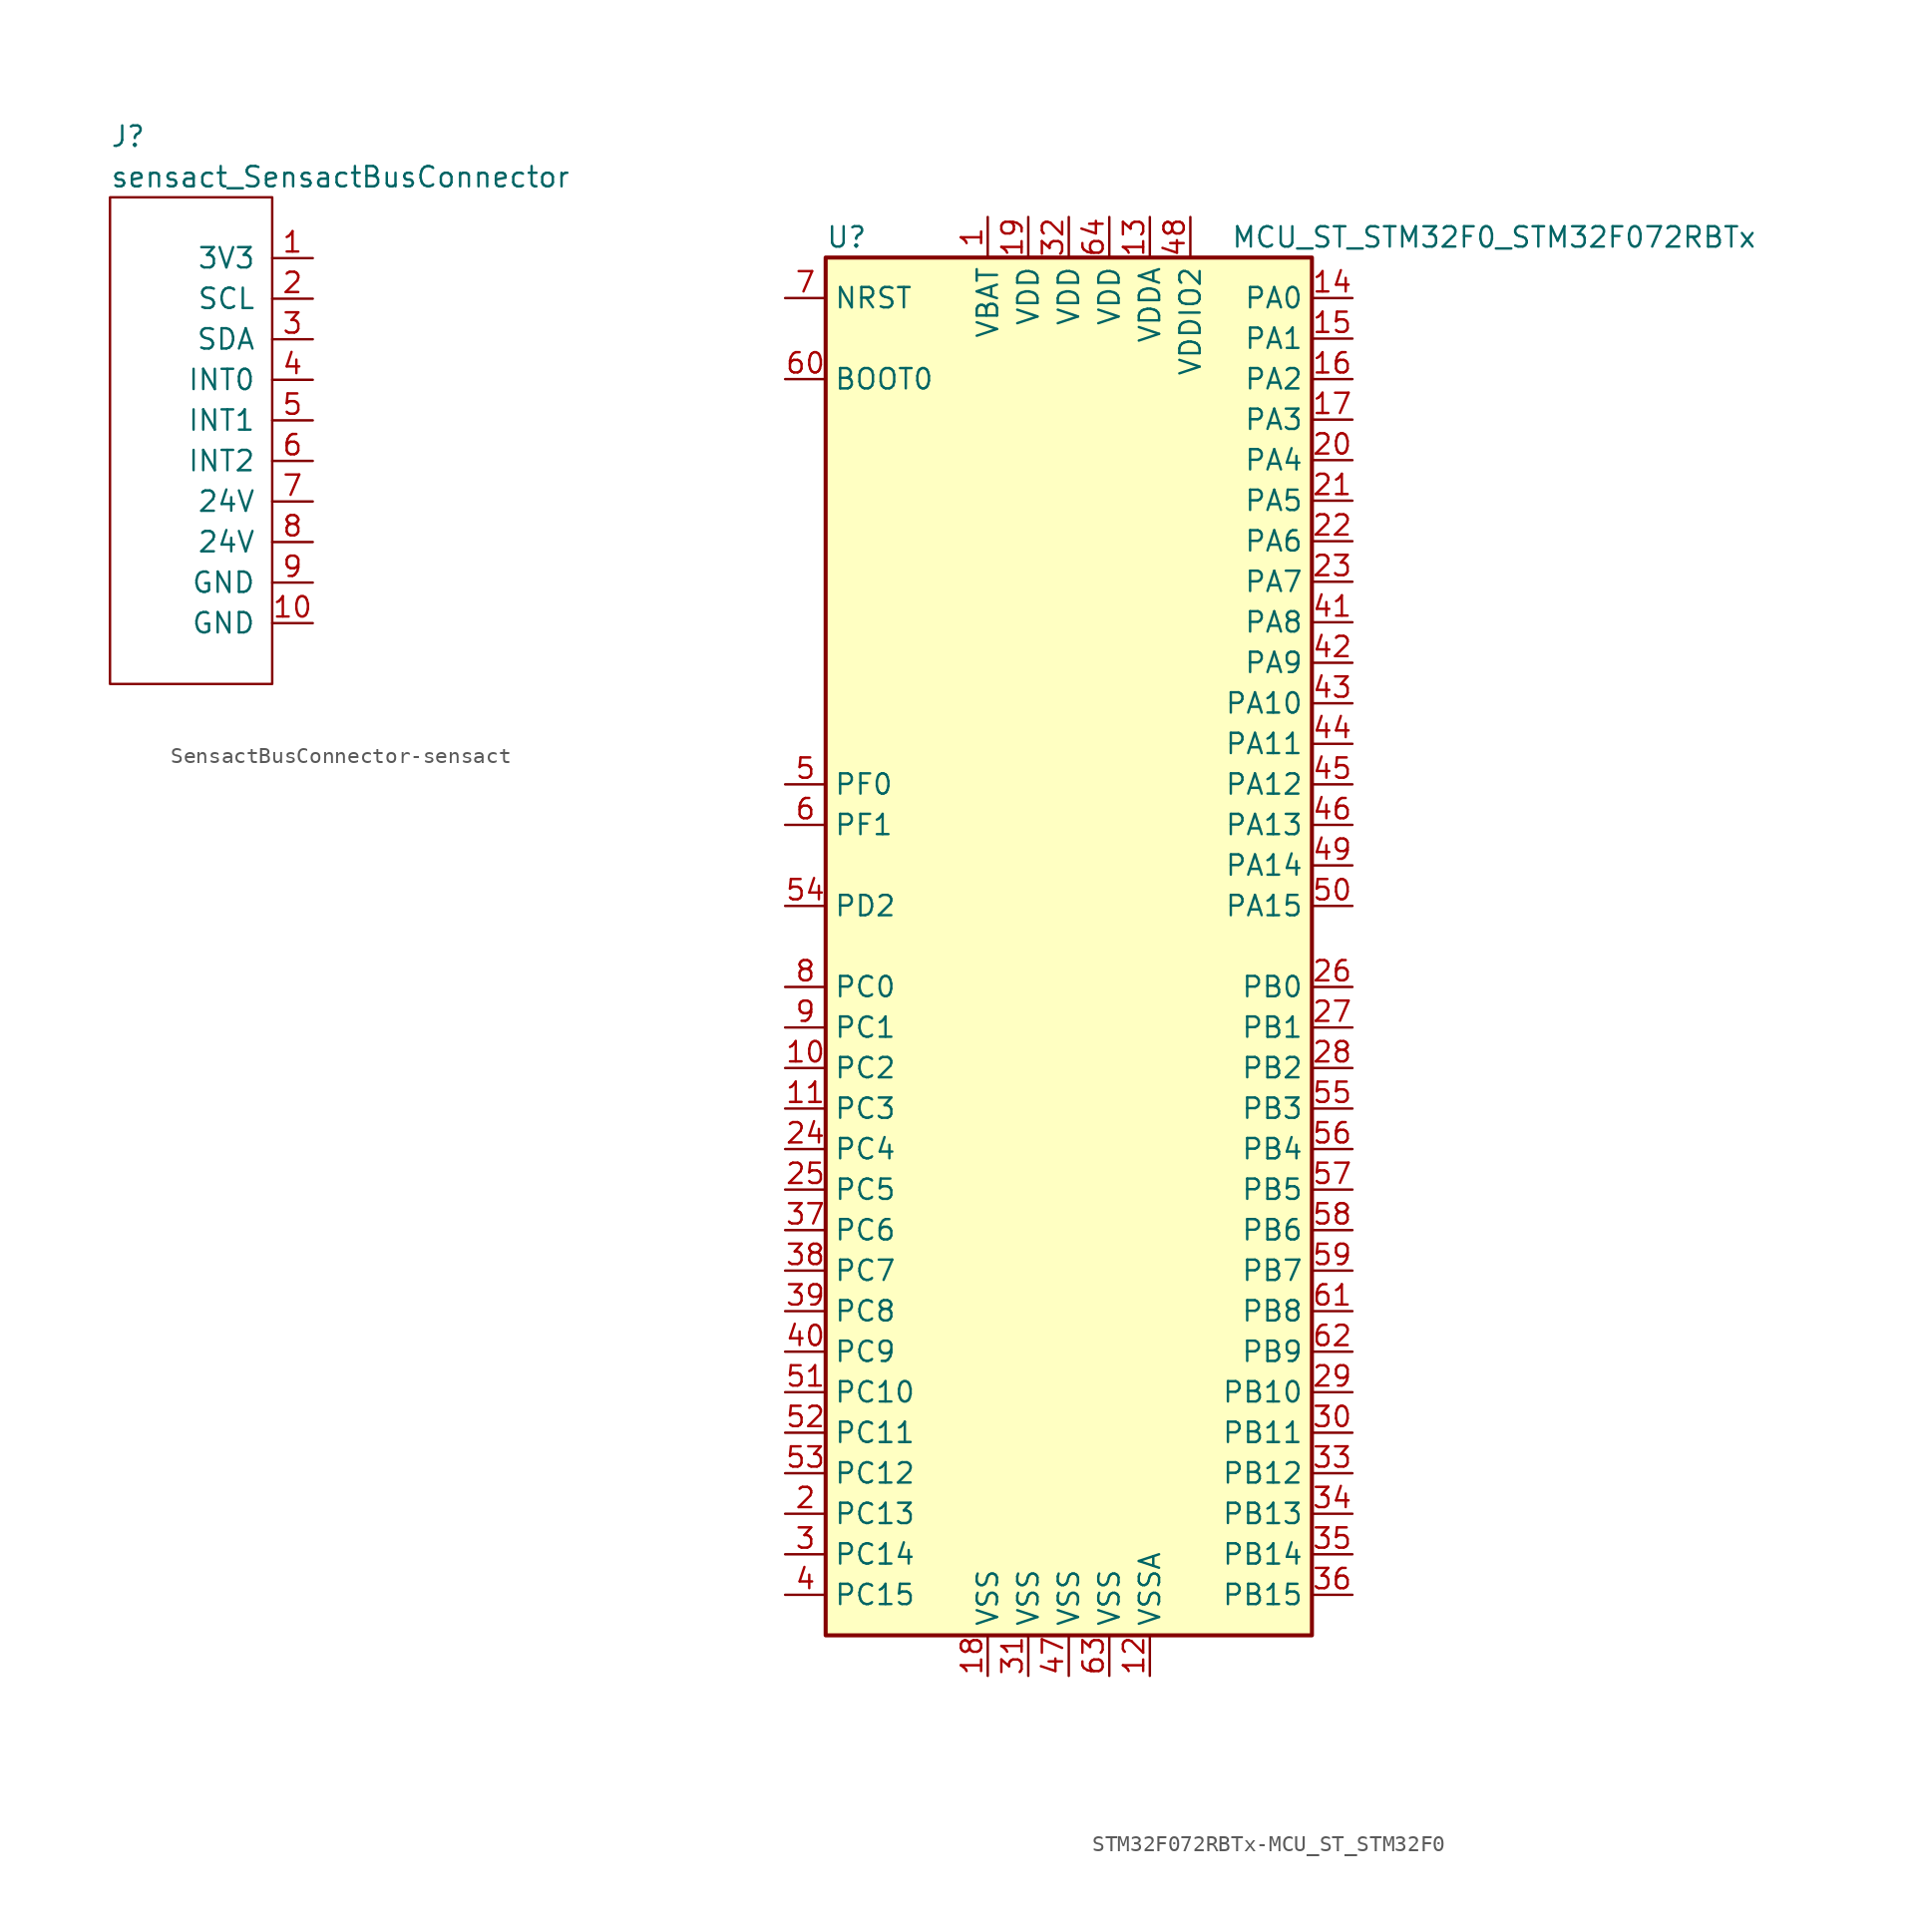
<source format=kicad_sym>
(kicad_symbol_lib
  (version 20231120)
  (generator "kicad_symbol_editor")
  (generator_version "8.0")
  (symbol "SensactBusConnector-sensact"
    (pin_names
      (offset 1.016))
    (property "Reference" "J"
      (at -5.08 19.05 0)
      (effects (font (size 1.27 1.27)) (justify left)))
    (property "Value" "sensact_SensactBusConnector"
      (at -5.08 16.51 0)
      (effects (font (size 1.27 1.27)) (justify left)))
    (symbol "SensactBusConnector-sensact_0_1"
      (rectangle (start -5.08 15.24) (end 5.08 -15.24) (stroke (width 0) (type solid)) (fill (type none))))
    (symbol "SensactBusConnector-sensact_1_1"
      (pin power_in line (at 7.62 11.43 180) (length 2.54) (name "3V3" (effects (font (size 1.27 1.27)))) (number "1" (effects (font (size 1.27 1.27)))))
      (pin power_in line (at 7.62 -11.43 180) (length 2.54) (name "GND" (effects (font (size 1.27 1.27)))) (number "10" (effects (font (size 1.27 1.27)))))
      (pin output line (at 7.62 8.89 180) (length 2.54) (name "SCL" (effects (font (size 1.27 1.27)))) (number "2" (effects (font (size 1.27 1.27)))))
      (pin bidirectional line (at 7.62 6.35 180) (length 2.54) (name "SDA" (effects (font (size 1.27 1.27)))) (number "3" (effects (font (size 1.27 1.27)))))
      (pin bidirectional line (at 7.62 3.81 180) (length 2.54) (name "INT0" (effects (font (size 1.27 1.27)))) (number "4" (effects (font (size 1.27 1.27)))))
      (pin bidirectional line (at 7.62 1.27 180) (length 2.54) (name "INT1" (effects (font (size 1.27 1.27)))) (number "5" (effects (font (size 1.27 1.27)))))
      (pin bidirectional line (at 7.62 -1.27 180) (length 2.54) (name "INT2" (effects (font (size 1.27 1.27)))) (number "6" (effects (font (size 1.27 1.27)))))
      (pin power_in line (at 7.62 -3.81 180) (length 2.54) (name "24V" (effects (font (size 1.27 1.27)))) (number "7" (effects (font (size 1.27 1.27)))))
      (pin power_in line (at 7.62 -6.35 180) (length 2.54) (name "24V" (effects (font (size 1.27 1.27)))) (number "8" (effects (font (size 1.27 1.27)))))
      (pin power_in line (at 7.62 -8.89 180) (length 2.54) (name "GND" (effects (font (size 1.27 1.27)))) (number "9" (effects (font (size 1.27 1.27)))))))
  (symbol "STM32F072RBTx-MCU_ST_STM32F0"
    (property "Reference" "U"
      (at -15.24 44.45 0)
      (effects (font (size 1.27 1.27)) (justify left)))
    (property "Value" "MCU_ST_STM32F0_STM32F072RBTx"
      (at 10.16 44.45 0)
      (effects (font (size 1.27 1.27)) (justify left)))
    (symbol "STM32F072RBTx-MCU_ST_STM32F0_0_1"
      (rectangle (start -15.24 -43.18) (end 15.24 43.18) (stroke (width 0.254) (type solid)) (fill (type background))))
    (symbol "STM32F072RBTx-MCU_ST_STM32F0_1_1"
      (pin power_in line (at -5.08 45.72 270) (length 2.54) (name "VBAT" (effects (font (size 1.27 1.27)))) (number "1" (effects (font (size 1.27 1.27)))))
      (pin bidirectional line (at -17.78 -7.62 0) (length 2.54) (name "PC2" (effects (font (size 1.27 1.27)))) (number "10" (effects (font (size 1.27 1.27)))))
      (pin bidirectional line (at -17.78 -10.16 0) (length 2.54) (name "PC3" (effects (font (size 1.27 1.27)))) (number "11" (effects (font (size 1.27 1.27)))))
      (pin power_in line (at 5.08 -45.72 90) (length 2.54) (name "VSSA" (effects (font (size 1.27 1.27)))) (number "12" (effects (font (size 1.27 1.27)))))
      (pin power_in line (at 5.08 45.72 270) (length 2.54) (name "VDDA" (effects (font (size 1.27 1.27)))) (number "13" (effects (font (size 1.27 1.27)))))
      (pin bidirectional line (at 17.78 40.64 180) (length 2.54) (name "PA0" (effects (font (size 1.27 1.27)))) (number "14" (effects (font (size 1.27 1.27)))))
      (pin bidirectional line (at 17.78 38.1 180) (length 2.54) (name "PA1" (effects (font (size 1.27 1.27)))) (number "15" (effects (font (size 1.27 1.27)))))
      (pin bidirectional line (at 17.78 35.56 180) (length 2.54) (name "PA2" (effects (font (size 1.27 1.27)))) (number "16" (effects (font (size 1.27 1.27)))))
      (pin bidirectional line (at 17.78 33.02 180) (length 2.54) (name "PA3" (effects (font (size 1.27 1.27)))) (number "17" (effects (font (size 1.27 1.27)))))
      (pin power_in line (at -5.08 -45.72 90) (length 2.54) (name "VSS" (effects (font (size 1.27 1.27)))) (number "18" (effects (font (size 1.27 1.27)))))
      (pin power_in line (at -2.54 45.72 270) (length 2.54) (name "VDD" (effects (font (size 1.27 1.27)))) (number "19" (effects (font (size 1.27 1.27)))))
      (pin bidirectional line (at -17.78 -35.56 0) (length 2.54) (name "PC13" (effects (font (size 1.27 1.27)))) (number "2" (effects (font (size 1.27 1.27)))))
      (pin bidirectional line (at 17.78 30.48 180) (length 2.54) (name "PA4" (effects (font (size 1.27 1.27)))) (number "20" (effects (font (size 1.27 1.27)))))
      (pin bidirectional line (at 17.78 27.94 180) (length 2.54) (name "PA5" (effects (font (size 1.27 1.27)))) (number "21" (effects (font (size 1.27 1.27)))))
      (pin bidirectional line (at 17.78 25.4 180) (length 2.54) (name "PA6" (effects (font (size 1.27 1.27)))) (number "22" (effects (font (size 1.27 1.27)))))
      (pin bidirectional line (at 17.78 22.86 180) (length 2.54) (name "PA7" (effects (font (size 1.27 1.27)))) (number "23" (effects (font (size 1.27 1.27)))))
      (pin bidirectional line (at -17.78 -12.7 0) (length 2.54) (name "PC4" (effects (font (size 1.27 1.27)))) (number "24" (effects (font (size 1.27 1.27)))))
      (pin bidirectional line (at -17.78 -15.24 0) (length 2.54) (name "PC5" (effects (font (size 1.27 1.27)))) (number "25" (effects (font (size 1.27 1.27)))))
      (pin bidirectional line (at 17.78 -2.54 180) (length 2.54) (name "PB0" (effects (font (size 1.27 1.27)))) (number "26" (effects (font (size 1.27 1.27)))))
      (pin bidirectional line (at 17.78 -5.08 180) (length 2.54) (name "PB1" (effects (font (size 1.27 1.27)))) (number "27" (effects (font (size 1.27 1.27)))))
      (pin bidirectional line (at 17.78 -7.62 180) (length 2.54) (name "PB2" (effects (font (size 1.27 1.27)))) (number "28" (effects (font (size 1.27 1.27)))))
      (pin bidirectional line (at 17.78 -27.94 180) (length 2.54) (name "PB10" (effects (font (size 1.27 1.27)))) (number "29" (effects (font (size 1.27 1.27)))))
      (pin bidirectional line (at -17.78 -38.1 0) (length 2.54) (name "PC14" (effects (font (size 1.27 1.27)))) (number "3" (effects (font (size 1.27 1.27)))))
      (pin bidirectional line (at 17.78 -30.48 180) (length 2.54) (name "PB11" (effects (font (size 1.27 1.27)))) (number "30" (effects (font (size 1.27 1.27)))))
      (pin power_in line (at -2.54 -45.72 90) (length 2.54) (name "VSS" (effects (font (size 1.27 1.27)))) (number "31" (effects (font (size 1.27 1.27)))))
      (pin power_in line (at 0 45.72 270) (length 2.54) (name "VDD" (effects (font (size 1.27 1.27)))) (number "32" (effects (font (size 1.27 1.27)))))
      (pin bidirectional line (at 17.78 -33.02 180) (length 2.54) (name "PB12" (effects (font (size 1.27 1.27)))) (number "33" (effects (font (size 1.27 1.27)))))
      (pin bidirectional line (at 17.78 -35.56 180) (length 2.54) (name "PB13" (effects (font (size 1.27 1.27)))) (number "34" (effects (font (size 1.27 1.27)))))
      (pin bidirectional line (at 17.78 -38.1 180) (length 2.54) (name "PB14" (effects (font (size 1.27 1.27)))) (number "35" (effects (font (size 1.27 1.27)))))
      (pin bidirectional line (at 17.78 -40.64 180) (length 2.54) (name "PB15" (effects (font (size 1.27 1.27)))) (number "36" (effects (font (size 1.27 1.27)))))
      (pin bidirectional line (at -17.78 -17.78 0) (length 2.54) (name "PC6" (effects (font (size 1.27 1.27)))) (number "37" (effects (font (size 1.27 1.27)))))
      (pin bidirectional line (at -17.78 -20.32 0) (length 2.54) (name "PC7" (effects (font (size 1.27 1.27)))) (number "38" (effects (font (size 1.27 1.27)))))
      (pin bidirectional line (at -17.78 -22.86 0) (length 2.54) (name "PC8" (effects (font (size 1.27 1.27)))) (number "39" (effects (font (size 1.27 1.27)))))
      (pin bidirectional line (at -17.78 -40.64 0) (length 2.54) (name "PC15" (effects (font (size 1.27 1.27)))) (number "4" (effects (font (size 1.27 1.27)))))
      (pin bidirectional line (at -17.78 -25.4 0) (length 2.54) (name "PC9" (effects (font (size 1.27 1.27)))) (number "40" (effects (font (size 1.27 1.27)))))
      (pin bidirectional line (at 17.78 20.32 180) (length 2.54) (name "PA8" (effects (font (size 1.27 1.27)))) (number "41" (effects (font (size 1.27 1.27)))))
      (pin bidirectional line (at 17.78 17.78 180) (length 2.54) (name "PA9" (effects (font (size 1.27 1.27)))) (number "42" (effects (font (size 1.27 1.27)))))
      (pin bidirectional line (at 17.78 15.24 180) (length 2.54) (name "PA10" (effects (font (size 1.27 1.27)))) (number "43" (effects (font (size 1.27 1.27)))))
      (pin bidirectional line (at 17.78 12.7 180) (length 2.54) (name "PA11" (effects (font (size 1.27 1.27)))) (number "44" (effects (font (size 1.27 1.27)))))
      (pin bidirectional line (at 17.78 10.16 180) (length 2.54) (name "PA12" (effects (font (size 1.27 1.27)))) (number "45" (effects (font (size 1.27 1.27)))))
      (pin bidirectional line (at 17.78 7.62 180) (length 2.54) (name "PA13" (effects (font (size 1.27 1.27)))) (number "46" (effects (font (size 1.27 1.27)))))
      (pin power_in line (at 0 -45.72 90) (length 2.54) (name "VSS" (effects (font (size 1.27 1.27)))) (number "47" (effects (font (size 1.27 1.27)))))
      (pin power_in line (at 7.62 45.72 270) (length 2.54) (name "VDDIO2" (effects (font (size 1.27 1.27)))) (number "48" (effects (font (size 1.27 1.27)))))
      (pin bidirectional line (at 17.78 5.08 180) (length 2.54) (name "PA14" (effects (font (size 1.27 1.27)))) (number "49" (effects (font (size 1.27 1.27)))))
      (pin input line (at -17.78 10.16 0) (length 2.54) (name "PF0" (effects (font (size 1.27 1.27)))) (number "5" (effects (font (size 1.27 1.27)))))
      (pin bidirectional line (at 17.78 2.54 180) (length 2.54) (name "PA15" (effects (font (size 1.27 1.27)))) (number "50" (effects (font (size 1.27 1.27)))))
      (pin bidirectional line (at -17.78 -27.94 0) (length 2.54) (name "PC10" (effects (font (size 1.27 1.27)))) (number "51" (effects (font (size 1.27 1.27)))))
      (pin bidirectional line (at -17.78 -30.48 0) (length 2.54) (name "PC11" (effects (font (size 1.27 1.27)))) (number "52" (effects (font (size 1.27 1.27)))))
      (pin bidirectional line (at -17.78 -33.02 0) (length 2.54) (name "PC12" (effects (font (size 1.27 1.27)))) (number "53" (effects (font (size 1.27 1.27)))))
      (pin bidirectional line (at -17.78 2.54 0) (length 2.54) (name "PD2" (effects (font (size 1.27 1.27)))) (number "54" (effects (font (size 1.27 1.27)))))
      (pin bidirectional line (at 17.78 -10.16 180) (length 2.54) (name "PB3" (effects (font (size 1.27 1.27)))) (number "55" (effects (font (size 1.27 1.27)))))
      (pin bidirectional line (at 17.78 -12.7 180) (length 2.54) (name "PB4" (effects (font (size 1.27 1.27)))) (number "56" (effects (font (size 1.27 1.27)))))
      (pin bidirectional line (at 17.78 -15.24 180) (length 2.54) (name "PB5" (effects (font (size 1.27 1.27)))) (number "57" (effects (font (size 1.27 1.27)))))
      (pin bidirectional line (at 17.78 -17.78 180) (length 2.54) (name "PB6" (effects (font (size 1.27 1.27)))) (number "58" (effects (font (size 1.27 1.27)))))
      (pin bidirectional line (at 17.78 -20.32 180) (length 2.54) (name "PB7" (effects (font (size 1.27 1.27)))) (number "59" (effects (font (size 1.27 1.27)))))
      (pin input line (at -17.78 7.62 0) (length 2.54) (name "PF1" (effects (font (size 1.27 1.27)))) (number "6" (effects (font (size 1.27 1.27)))))
      (pin input line (at -17.78 35.56 0) (length 2.54) (name "BOOT0" (effects (font (size 1.27 1.27)))) (number "60" (effects (font (size 1.27 1.27)))))
      (pin bidirectional line (at 17.78 -22.86 180) (length 2.54) (name "PB8" (effects (font (size 1.27 1.27)))) (number "61" (effects (font (size 1.27 1.27)))))
      (pin bidirectional line (at 17.78 -25.4 180) (length 2.54) (name "PB9" (effects (font (size 1.27 1.27)))) (number "62" (effects (font (size 1.27 1.27)))))
      (pin power_in line (at 2.54 -45.72 90) (length 2.54) (name "VSS" (effects (font (size 1.27 1.27)))) (number "63" (effects (font (size 1.27 1.27)))))
      (pin power_in line (at 2.54 45.72 270) (length 2.54) (name "VDD" (effects (font (size 1.27 1.27)))) (number "64" (effects (font (size 1.27 1.27)))))
      (pin input line (at -17.78 40.64 0) (length 2.54) (name "NRST" (effects (font (size 1.27 1.27)))) (number "7" (effects (font (size 1.27 1.27)))))
      (pin bidirectional line (at -17.78 -2.54 0) (length 2.54) (name "PC0" (effects (font (size 1.27 1.27)))) (number "8" (effects (font (size 1.27 1.27)))))
      (pin bidirectional line (at -17.78 -5.08 0) (length 2.54) (name "PC1" (effects (font (size 1.27 1.27)))) (number "9" (effects (font (size 1.27 1.27))))))))
</source>
